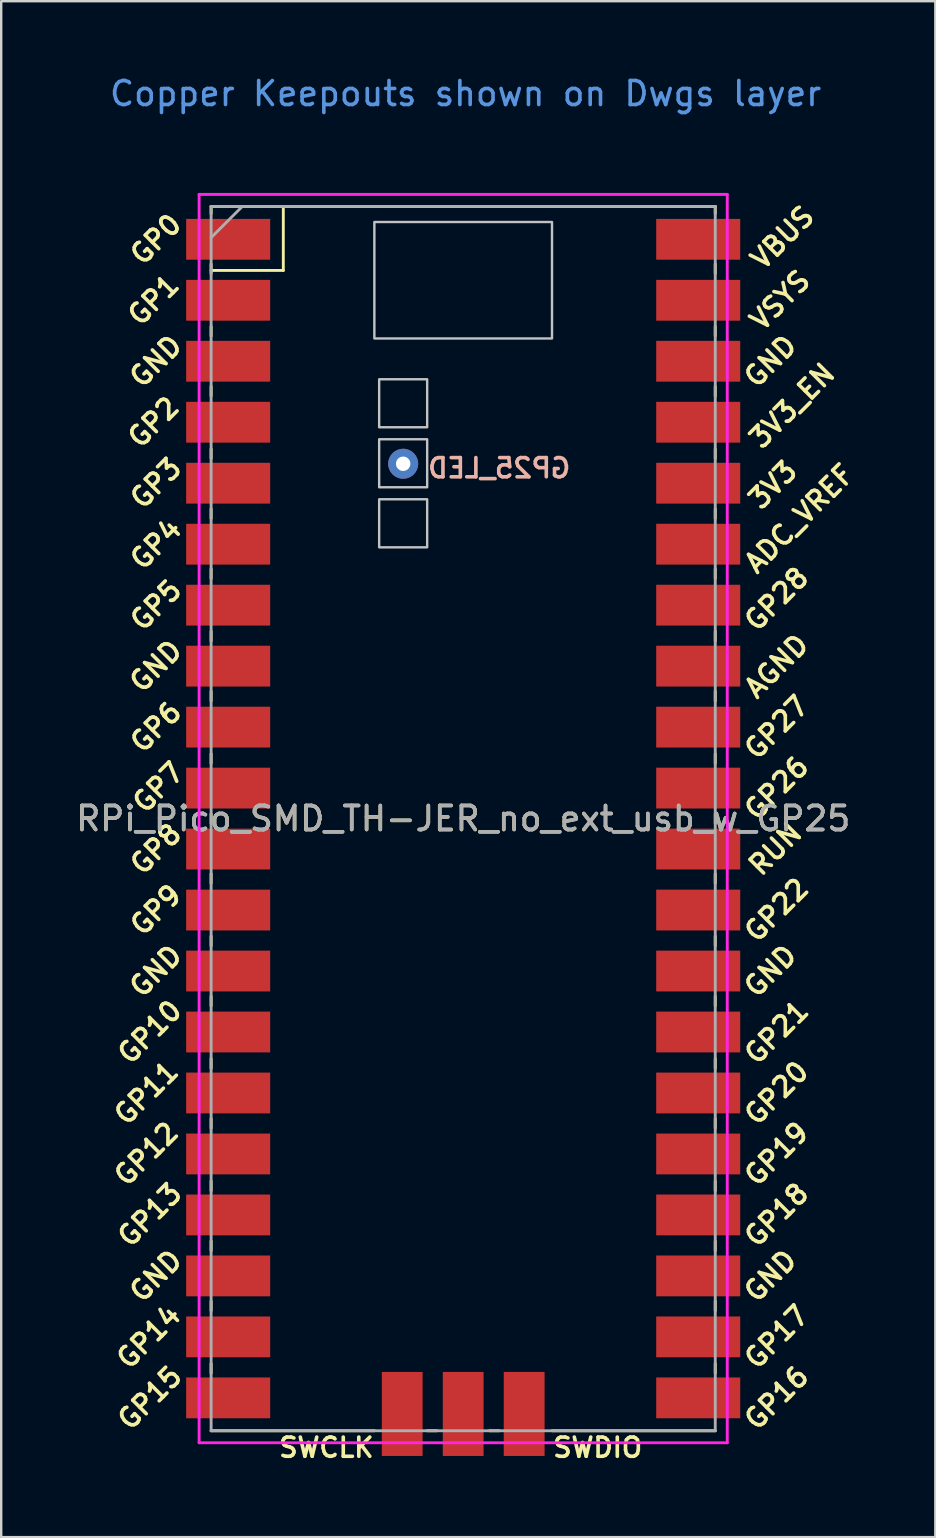
<source format=kicad_pcb>
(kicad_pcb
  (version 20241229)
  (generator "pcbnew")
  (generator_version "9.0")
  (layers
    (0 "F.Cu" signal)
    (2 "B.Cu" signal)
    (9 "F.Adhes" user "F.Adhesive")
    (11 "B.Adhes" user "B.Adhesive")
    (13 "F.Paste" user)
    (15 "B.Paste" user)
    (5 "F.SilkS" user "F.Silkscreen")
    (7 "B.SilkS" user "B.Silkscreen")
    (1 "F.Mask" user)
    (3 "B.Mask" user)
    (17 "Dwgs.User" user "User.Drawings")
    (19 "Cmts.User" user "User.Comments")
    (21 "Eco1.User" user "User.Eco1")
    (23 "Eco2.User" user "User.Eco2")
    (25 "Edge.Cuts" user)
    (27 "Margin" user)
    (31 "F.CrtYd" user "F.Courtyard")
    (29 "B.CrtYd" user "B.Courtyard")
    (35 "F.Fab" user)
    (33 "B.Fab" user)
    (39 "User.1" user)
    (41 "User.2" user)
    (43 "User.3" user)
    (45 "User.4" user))
  (footprint "RPi_Pico_SMD_TH-JER_no_ext_usb_w_GP25"
    (layer "F.Cu")
    (at 16.244 31.048)
    (property "Reference" "RPi_Pico_SMD_TH-JER_no_ext_usb_w_GP25" (at 0 0 0) (layer "F.SilkS") (effects (font (size 1 1) (thickness 0.15))))
    (attr through_hole)
    (fp_line (start -10.5 -25.5) (end -10.5 -25.2) (stroke (width 0.12) (type solid)) (layer "F.SilkS"))
    (fp_line (start -10.5 -25.5) (end 10.5 -25.5) (stroke (width 0.12) (type solid)) (layer "F.SilkS"))
    (fp_line (start -10.5 -23.1) (end -10.5 -22.7) (stroke (width 0.12) (type solid)) (layer "F.SilkS"))
    (fp_line (start -10.5 -22.833) (end -7.493 -22.833) (stroke (width 0.12) (type solid)) (layer "F.SilkS"))
    (fp_line (start -10.5 -20.5) (end -10.5 -20.1) (stroke (width 0.12) (type solid)) (layer "F.SilkS"))
    (fp_line (start -10.5 -18) (end -10.5 -17.6) (stroke (width 0.12) (type solid)) (layer "F.SilkS"))
    (fp_line (start -10.5 -15.4) (end -10.5 -15) (stroke (width 0.12) (type solid)) (layer "F.SilkS"))
    (fp_line (start -10.5 -12.9) (end -10.5 -12.5) (stroke (width 0.12) (type solid)) (layer "F.SilkS"))
    (fp_line (start -10.5 -10.4) (end -10.5 -10) (stroke (width 0.12) (type solid)) (layer "F.SilkS"))
    (fp_line (start -10.5 -7.8) (end -10.5 -7.4) (stroke (width 0.12) (type solid)) (layer "F.SilkS"))
    (fp_line (start -10.5 -5.3) (end -10.5 -4.9) (stroke (width 0.12) (type solid)) (layer "F.SilkS"))
    (fp_line (start -10.5 -2.7) (end -10.5 -2.3) (stroke (width 0.12) (type solid)) (layer "F.SilkS"))
    (fp_line (start -10.5 -0.2) (end -10.5 0.2) (stroke (width 0.12) (type solid)) (layer "F.SilkS"))
    (fp_line (start -10.5 2.3) (end -10.5 2.7) (stroke (width 0.12) (type solid)) (layer "F.SilkS"))
    (fp_line (start -10.5 4.9) (end -10.5 5.3) (stroke (width 0.12) (type solid)) (layer "F.SilkS"))
    (fp_line (start -10.5 7.4) (end -10.5 7.8) (stroke (width 0.12) (type solid)) (layer "F.SilkS"))
    (fp_line (start -10.5 10) (end -10.5 10.4) (stroke (width 0.12) (type solid)) (layer "F.SilkS"))
    (fp_line (start -10.5 12.5) (end -10.5 12.9) (stroke (width 0.12) (type solid)) (layer "F.SilkS"))
    (fp_line (start -10.5 15.1) (end -10.5 15.5) (stroke (width 0.12) (type solid)) (layer "F.SilkS"))
    (fp_line (start -10.5 17.6) (end -10.5 18) (stroke (width 0.12) (type solid)) (layer "F.SilkS"))
    (fp_line (start -10.5 20.1) (end -10.5 20.5) (stroke (width 0.12) (type solid)) (layer "F.SilkS"))
    (fp_line (start -10.5 22.7) (end -10.5 23.1) (stroke (width 0.12) (type solid)) (layer "F.SilkS"))
    (fp_line (start -7.493 -22.833) (end -7.493 -25.5) (stroke (width 0.12) (type solid)) (layer "F.SilkS"))
    (fp_line (start -3.7 25.5) (end -10.5 25.5) (stroke (width 0.12) (type solid)) (layer "F.SilkS"))
    (fp_line (start -1.5 25.5) (end -1.1 25.5) (stroke (width 0.12) (type solid)) (layer "F.SilkS"))
    (fp_line (start 1.1 25.5) (end 1.5 25.5) (stroke (width 0.12) (type solid)) (layer "F.SilkS"))
    (fp_line (start 10.5 -25.5) (end 10.5 -25.2) (stroke (width 0.12) (type solid)) (layer "F.SilkS"))
    (fp_line (start 10.5 -23.1) (end 10.5 -22.7) (stroke (width 0.12) (type solid)) (layer "F.SilkS"))
    (fp_line (start 10.5 -20.5) (end 10.5 -20.1) (stroke (width 0.12) (type solid)) (layer "F.SilkS"))
    (fp_line (start 10.5 -18) (end 10.5 -17.6) (stroke (width 0.12) (type solid)) (layer "F.SilkS"))
    (fp_line (start 10.5 -15.4) (end 10.5 -15) (stroke (width 0.12) (type solid)) (layer "F.SilkS"))
    (fp_line (start 10.5 -12.9) (end 10.5 -12.5) (stroke (width 0.12) (type solid)) (layer "F.SilkS"))
    (fp_line (start 10.5 -10.4) (end 10.5 -10) (stroke (width 0.12) (type solid)) (layer "F.SilkS"))
    (fp_line (start 10.5 -7.8) (end 10.5 -7.4) (stroke (width 0.12) (type solid)) (layer "F.SilkS"))
    (fp_line (start 10.5 -5.3) (end 10.5 -4.9) (stroke (width 0.12) (type solid)) (layer "F.SilkS"))
    (fp_line (start 10.5 -2.7) (end 10.5 -2.3) (stroke (width 0.12) (type solid)) (layer "F.SilkS"))
    (fp_line (start 10.5 -0.2) (end 10.5 0.2) (stroke (width 0.12) (type solid)) (layer "F.SilkS"))
    (fp_line (start 10.5 2.3) (end 10.5 2.7) (stroke (width 0.12) (type solid)) (layer "F.SilkS"))
    (fp_line (start 10.5 4.9) (end 10.5 5.3) (stroke (width 0.12) (type solid)) (layer "F.SilkS"))
    (fp_line (start 10.5 7.4) (end 10.5 7.8) (stroke (width 0.12) (type solid)) (layer "F.SilkS"))
    (fp_line (start 10.5 10) (end 10.5 10.4) (stroke (width 0.12) (type solid)) (layer "F.SilkS"))
    (fp_line (start 10.5 12.5) (end 10.5 12.9) (stroke (width 0.12) (type solid)) (layer "F.SilkS"))
    (fp_line (start 10.5 15.1) (end 10.5 15.5) (stroke (width 0.12) (type solid)) (layer "F.SilkS"))
    (fp_line (start 10.5 17.6) (end 10.5 18) (stroke (width 0.12) (type solid)) (layer "F.SilkS"))
    (fp_line (start 10.5 20.1) (end 10.5 20.5) (stroke (width 0.12) (type solid)) (layer "F.SilkS"))
    (fp_line (start 10.5 22.7) (end 10.5 23.1) (stroke (width 0.12) (type solid)) (layer "F.SilkS"))
    (fp_line (start 10.5 25.5) (end 3.7 25.5) (stroke (width 0.12) (type solid)) (layer "F.SilkS"))
    (fp_poly (pts (xy -1.5 -16.3) (xy -3.5 -16.3) (xy -3.5 -18.3) (xy -1.5 -18.3)) (stroke (width 0.1) (type solid)) (fill no) (layer "Dwgs.User"))
    (fp_poly (pts (xy -1.5 -13.8) (xy -3.5 -13.8) (xy -3.5 -15.8) (xy -1.5 -15.8)) (stroke (width 0.1) (type solid)) (fill no) (layer "Dwgs.User"))
    (fp_poly (pts (xy -1.5 -11.3) (xy -3.5 -11.3) (xy -3.5 -13.3) (xy -1.5 -13.3)) (stroke (width 0.1) (type solid)) (fill no) (layer "Dwgs.User"))
    (fp_poly (pts (xy 3.7 -20) (xy -3.7 -20) (xy -3.7 -24.85) (xy 3.7 -24.85)) (stroke (width 0.1) (type solid)) (fill no) (layer "Dwgs.User"))
    (fp_line (start -11 -26) (end 11 -26) (stroke (width 0.12) (type solid)) (layer "F.CrtYd"))
    (fp_line (start -11 26) (end -11 -26) (stroke (width 0.12) (type solid)) (layer "F.CrtYd"))
    (fp_line (start 11 -26) (end 11 26) (stroke (width 0.12) (type solid)) (layer "F.CrtYd"))
    (fp_line (start 11 26) (end -11 26) (stroke (width 0.12) (type solid)) (layer "F.CrtYd"))
    (fp_line (start -10.5 -25.5) (end 10.5 -25.5) (stroke (width 0.12) (type solid)) (layer "F.Fab"))
    (fp_line (start -10.5 -24.2) (end -9.2 -25.5) (stroke (width 0.12) (type solid)) (layer "F.Fab"))
    (fp_line (start -10.5 25.5) (end -10.5 -25.5) (stroke (width 0.12) (type solid)) (layer "F.Fab"))
    (fp_line (start 10.5 -25.5) (end 10.5 25.5) (stroke (width 0.12) (type solid)) (layer "F.Fab"))
    (fp_line (start 10.5 25.5) (end -10.5 25.5) (stroke (width 0.12) (type solid)) (layer "F.Fab"))
    (fp_text user "GP10" (at -13.054 8.89 45) (layer "F.SilkS") (effects (font (size 0.8 0.8) (thickness 0.15))))
    (fp_text user "3V3_EN" (at 13.7 -17.2 45) (layer "F.SilkS") (effects (font (size 0.8 0.8) (thickness 0.15))))
    (fp_text user "GND" (at 12.8 -19.05 45) (layer "F.SilkS") (effects (font (size 0.8 0.8) (thickness 0.15))))
    (fp_text user "GP11" (at -13.2 11.43 45) (layer "F.SilkS") (effects (font (size 0.8 0.8) (thickness 0.15))))
    (fp_text user "GP7" (at -12.7 -1.3 45) (layer "F.SilkS") (effects (font (size 0.8 0.8) (thickness 0.15))))
    (fp_text user "GND" (at -12.8 19.05 45) (layer "F.SilkS") (effects (font (size 0.8 0.8) (thickness 0.15))))
    (fp_text user "GP13" (at -13.054 16.51 45) (layer "F.SilkS") (effects (font (size 0.8 0.8) (thickness 0.15))))
    (fp_text user "GND" (at 12.8 6.35 45) (layer "F.SilkS") (effects (font (size 0.8 0.8) (thickness 0.15))))
    (fp_text user "SWCLK" (at -5.7 26.2 0) (layer "F.SilkS") (effects (font (size 0.8 0.8) (thickness 0.15))))
    (fp_text user "GND" (at -12.8 -6.35 45) (layer "F.SilkS") (effects (font (size 0.8 0.8) (thickness 0.15))))
    (fp_text user "SWDIO" (at 5.6 26.2 0) (layer "F.SilkS") (effects (font (size 0.8 0.8) (thickness 0.15))))
    (fp_text user "GP22" (at 13.054 3.81 45) (layer "F.SilkS") (effects (font (size 0.8 0.8) (thickness 0.15))))
    (fp_text user "RUN" (at 13 1.27 45) (layer "F.SilkS") (effects (font (size 0.8 0.8) (thickness 0.15))))
    (fp_text user "GP8" (at -12.8 1.27 45) (layer "F.SilkS") (effects (font (size 0.8 0.8) (thickness 0.15))))
    (fp_text user "VBUS" (at 13.3 -24.2 45) (layer "F.SilkS") (effects (font (size 0.8 0.8) (thickness 0.15))))
    (fp_text user "GP9" (at -12.8 3.81 45) (layer "F.SilkS") (effects (font (size 0.8 0.8) (thickness 0.15))))
    (fp_text user "ADC_VREF" (at 14 -12.5 45) (layer "F.SilkS") (effects (font (size 0.8 0.8) (thickness 0.15))))
    (fp_text user "GND" (at 12.8 19.05 45) (layer "F.SilkS") (effects (font (size 0.8 0.8) (thickness 0.15))))
    (fp_text user "GND" (at -12.8 6.35 45) (layer "F.SilkS") (effects (font (size 0.8 0.8) (thickness 0.15))))
    (fp_text user "GP12" (at -13.2 13.97 45) (layer "F.SilkS") (effects (font (size 0.8 0.8) (thickness 0.15))))
    (fp_text user "GP17" (at 13.054 21.59 45) (layer "F.SilkS") (effects (font (size 0.8 0.8) (thickness 0.15))))
    (fp_text user "GP28" (at 13.054 -9.144 45) (layer "F.SilkS") (effects (font (size 0.8 0.8) (thickness 0.15))))
    (fp_text user "GP6" (at -12.8 -3.81 45) (layer "F.SilkS") (effects (font (size 0.8 0.8) (thickness 0.15))))
    (fp_text user "GND" (at -12.8 -19.05 45) (layer "F.SilkS") (effects (font (size 0.8 0.8) (thickness 0.15))))
    (fp_text user "GP14" (at -13.1 21.59 45) (layer "F.SilkS") (effects (font (size 0.8 0.8) (thickness 0.15))))
    (fp_text user "GP26" (at 13.054 -1.27 45) (layer "F.SilkS") (effects (font (size 0.8 0.8) (thickness 0.15))))
    (fp_text user "GP4" (at -12.8 -11.43 45) (layer "F.SilkS") (effects (font (size 0.8 0.8) (thickness 0.15))))
    (fp_text user "GP1" (at -12.9 -21.6 45) (layer "F.SilkS") (effects (font (size 0.8 0.8) (thickness 0.15))))
    (fp_text user "GP20" (at 13.054 11.43 45) (layer "F.SilkS") (effects (font (size 0.8 0.8) (thickness 0.15))))
    (fp_text user "GP3" (at -12.8 -13.97 45) (layer "F.SilkS") (effects (font (size 0.8 0.8) (thickness 0.15))))
    (fp_text user "GP18" (at 13.054 16.51 45) (layer "F.SilkS") (effects (font (size 0.8 0.8) (thickness 0.15))))
    (fp_text user "GP21" (at 13.054 8.9 45) (layer "F.SilkS") (effects (font (size 0.8 0.8) (thickness 0.15))))
    (fp_text user "GP5" (at -12.8 -8.89 45) (layer "F.SilkS") (effects (font (size 0.8 0.8) (thickness 0.15))))
    (fp_text user "GP2" (at -12.9 -16.51 45) (layer "F.SilkS") (effects (font (size 0.8 0.8) (thickness 0.15))))
    (fp_text user "GP16" (at 13.054 24.13 45) (layer "F.SilkS") (effects (font (size 0.8 0.8) (thickness 0.15))))
    (fp_text user "VSYS" (at 13.2 -21.59 45) (layer "F.SilkS") (effects (font (size 0.8 0.8) (thickness 0.15))))
    (fp_text user "3V3" (at 12.9 -13.9 45) (layer "F.SilkS") (effects (font (size 0.8 0.8) (thickness 0.15))))
    (fp_text user "AGND" (at 13.054 -6.35 45) (layer "F.SilkS") (effects (font (size 0.8 0.8) (thickness 0.15))))
    (fp_text user "GP27" (at 13.054 -3.8 45) (layer "F.SilkS") (effects (font (size 0.8 0.8) (thickness 0.15))))
    (fp_text user "GP15" (at -13.054 24.13 45) (layer "F.SilkS") (effects (font (size 0.8 0.8) (thickness 0.15))))
    (fp_text user "GP0" (at -12.8 -24.13 45) (layer "F.SilkS") (effects (font (size 0.8 0.8) (thickness 0.15))))
    (fp_text user "GP19" (at 13.054 13.97 45) (layer "F.SilkS") (effects (font (size 0.8 0.8) (thickness 0.15))))
    (fp_text user "GP25_LED" (at 1.5 -14.6 0) (layer "B.SilkS") (effects (font (size 0.8 0.8) (thickness 0.15)) (justify mirror)))
    (fp_text user "Copper Keepouts shown on Dwgs layer" (at 0.1 -30.2 0) (layer "Cmts.User") (effects (font (size 1 1) (thickness 0.15))))
    (fp_text user "${REFERENCE}" (at 0 0 180) (layer "F.Fab") (effects (font (size 1 1) (thickness 0.15))))
    (pad "1" smd rect (at -8.89 -24.13) (size 3.5 1.7) (drill (offset -0.9 0)) (layers "F.Cu" "F.Mask"))
    (pad "2" smd rect (at -8.89 -21.59) (size 3.5 1.7) (drill (offset -0.9 0)) (layers "F.Cu" "F.Mask"))
    (pad "3" smd rect (at -8.89 -19.05) (size 3.5 1.7) (drill (offset -0.9 0)) (layers "F.Cu" "F.Mask"))
    (pad "4" smd rect (at -8.89 -16.51) (size 3.5 1.7) (drill (offset -0.9 0)) (layers "F.Cu" "F.Mask"))
    (pad "5" smd rect (at -8.89 -13.97) (size 3.5 1.7) (drill (offset -0.9 0)) (layers "F.Cu" "F.Mask"))
    (pad "6" smd rect (at -8.89 -11.43) (size 3.5 1.7) (drill (offset -0.9 0)) (layers "F.Cu" "F.Mask"))
    (pad "7" smd rect (at -8.89 -8.89) (size 3.5 1.7) (drill (offset -0.9 0)) (layers "F.Cu" "F.Mask"))
    (pad "8" smd rect (at -8.89 -6.35) (size 3.5 1.7) (drill (offset -0.9 0)) (layers "F.Cu" "F.Mask"))
    (pad "9" smd rect (at -8.89 -3.81) (size 3.5 1.7) (drill (offset -0.9 0)) (layers "F.Cu" "F.Mask"))
    (pad "10" smd rect (at -8.89 -1.27) (size 3.5 1.7) (drill (offset -0.9 0)) (layers "F.Cu" "F.Mask"))
    (pad "11" smd rect (at -8.89 1.27) (size 3.5 1.7) (drill (offset -0.9 0)) (layers "F.Cu" "F.Mask"))
    (pad "12" smd rect (at -8.89 3.81) (size 3.5 1.7) (drill (offset -0.9 0)) (layers "F.Cu" "F.Mask"))
    (pad "13" smd rect (at -8.89 6.35) (size 3.5 1.7) (drill (offset -0.9 0)) (layers "F.Cu" "F.Mask"))
    (pad "14" smd rect (at -8.89 8.89) (size 3.5 1.7) (drill (offset -0.9 0)) (layers "F.Cu" "F.Mask"))
    (pad "15" smd rect (at -8.89 11.43) (size 3.5 1.7) (drill (offset -0.9 0)) (layers "F.Cu" "F.Mask"))
    (pad "16" smd rect (at -8.89 13.97) (size 3.5 1.7) (drill (offset -0.9 0)) (layers "F.Cu" "F.Mask"))
    (pad "17" smd rect (at -8.89 16.51) (size 3.5 1.7) (drill (offset -0.9 0)) (layers "F.Cu" "F.Mask"))
    (pad "18" smd rect (at -8.89 19.05) (size 3.5 1.7) (drill (offset -0.9 0)) (layers "F.Cu" "F.Mask"))
    (pad "19" smd rect (at -8.89 21.59) (size 3.5 1.7) (drill (offset -0.9 0)) (layers "F.Cu" "F.Mask"))
    (pad "20" smd rect (at -8.89 24.13) (size 3.5 1.7) (drill (offset -0.9 0)) (layers "F.Cu" "F.Mask"))
    (pad "21" smd rect (at 8.89 24.13) (size 3.5 1.7) (drill (offset 0.9 0)) (layers "F.Cu" "F.Mask"))
    (pad "22" smd rect (at 8.89 21.59) (size 3.5 1.7) (drill (offset 0.9 0)) (layers "F.Cu" "F.Mask"))
    (pad "23" smd rect (at 8.89 19.05) (size 3.5 1.7) (drill (offset 0.9 0)) (layers "F.Cu" "F.Mask"))
    (pad "24" smd rect (at 8.89 16.51) (size 3.5 1.7) (drill (offset 0.9 0)) (layers "F.Cu" "F.Mask"))
    (pad "25" smd rect (at 8.89 13.97) (size 3.5 1.7) (drill (offset 0.9 0)) (layers "F.Cu" "F.Mask"))
    (pad "26" smd rect (at 8.89 11.43) (size 3.5 1.7) (drill (offset 0.9 0)) (layers "F.Cu" "F.Mask"))
    (pad "27" smd rect (at 8.89 8.89) (size 3.5 1.7) (drill (offset 0.9 0)) (layers "F.Cu" "F.Mask"))
    (pad "28" smd rect (at 8.89 6.35) (size 3.5 1.7) (drill (offset 0.9 0)) (layers "F.Cu" "F.Mask"))
    (pad "29" smd rect (at 8.89 3.81) (size 3.5 1.7) (drill (offset 0.9 0)) (layers "F.Cu" "F.Mask"))
    (pad "30" smd rect (at 8.89 1.27) (size 3.5 1.7) (drill (offset 0.9 0)) (layers "F.Cu" "F.Mask"))
    (pad "31" smd rect (at 8.89 -1.27) (size 3.5 1.7) (drill (offset 0.9 0)) (layers "F.Cu" "F.Mask"))
    (pad "32" smd rect (at 8.89 -3.81) (size 3.5 1.7) (drill (offset 0.9 0)) (layers "F.Cu" "F.Mask"))
    (pad "33" smd rect (at 8.89 -6.35) (size 3.5 1.7) (drill (offset 0.9 0)) (layers "F.Cu" "F.Mask"))
    (pad "34" smd rect (at 8.89 -8.89) (size 3.5 1.7) (drill (offset 0.9 0)) (layers "F.Cu" "F.Mask"))
    (pad "35" smd rect (at 8.89 -11.43) (size 3.5 1.7) (drill (offset 0.9 0)) (layers "F.Cu" "F.Mask"))
    (pad "36" smd rect (at 8.89 -13.97) (size 3.5 1.7) (drill (offset 0.9 0)) (layers "F.Cu" "F.Mask"))
    (pad "37" smd rect (at 8.89 -16.51) (size 3.5 1.7) (drill (offset 0.9 0)) (layers "F.Cu" "F.Mask"))
    (pad "38" smd rect (at 8.89 -19.05) (size 3.5 1.7) (drill (offset 0.9 0)) (layers "F.Cu" "F.Mask"))
    (pad "39" smd rect (at 8.89 -21.59) (size 3.5 1.7) (drill (offset 0.9 0)) (layers "F.Cu" "F.Mask"))
    (pad "40" smd rect (at 8.89 -24.13) (size 3.5 1.7) (drill (offset 0.9 0)) (layers "F.Cu" "F.Mask"))
    (pad "41" smd rect (at -2.54 23.9 90) (size 3.5 1.7) (drill (offset -0.9 0)) (layers "F.Cu" "F.Mask"))
    (pad "42" smd rect (at 0 23.9 90) (size 3.5 1.7) (drill (offset -0.9 0)) (layers "F.Cu" "F.Mask"))
    (pad "43" smd rect (at 2.54 23.9 90) (size 3.5 1.7) (drill (offset -0.9 0)) (layers "F.Cu" "F.Mask"))
    (pad "48" thru_hole circle (at -2.5 -14.78) (size 1.25 1.25) (drill 0.6) (layers "*.Cu" "*.Mask")))
  (gr_rect
    (start -3 -3)
    (end 35.911 60.98)
    (stroke (width 0.1) (type default))
    (fill no)
    (layer "Edge.Cuts")))
</source>
